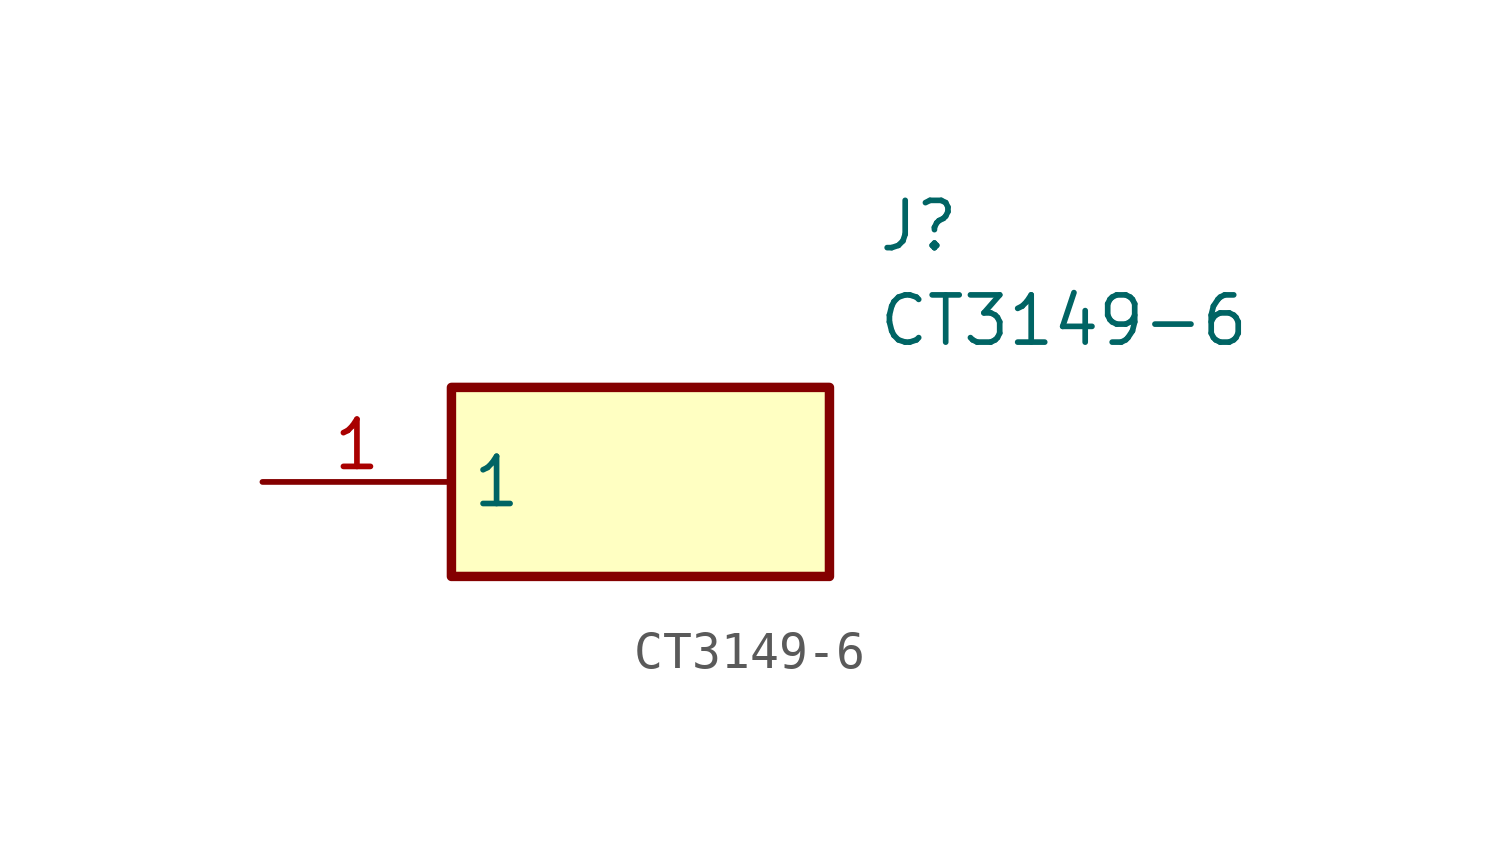
<source format=kicad_sym>
(kicad_symbol_lib
  (version 20211014)
  (generator SamacSys_ECAD_Model)
  (symbol "CT3149-6"
    (property "Reference" "J"
      (at 16.51 7.62 0)
      (effects (font (size 1.27 1.27)) (justify left top)))
    (property "Value" "CT3149-6"
      (at 16.51 5.08 0)
      (effects (font (size 1.27 1.27)) (justify left top)))
    (rectangle
      (start 5.08 2.54)
      (end 15.24 -2.54)
      (stroke (width 0.254) (type default))
      (fill (type background)))
    (pin passive line
      (at 0 0 0)
      (length 5.08)
      (name "1" (effects (font (size 1.27 1.27))))
      (number "1" (effects (font (size 1.27 1.27)))))))
</source>
